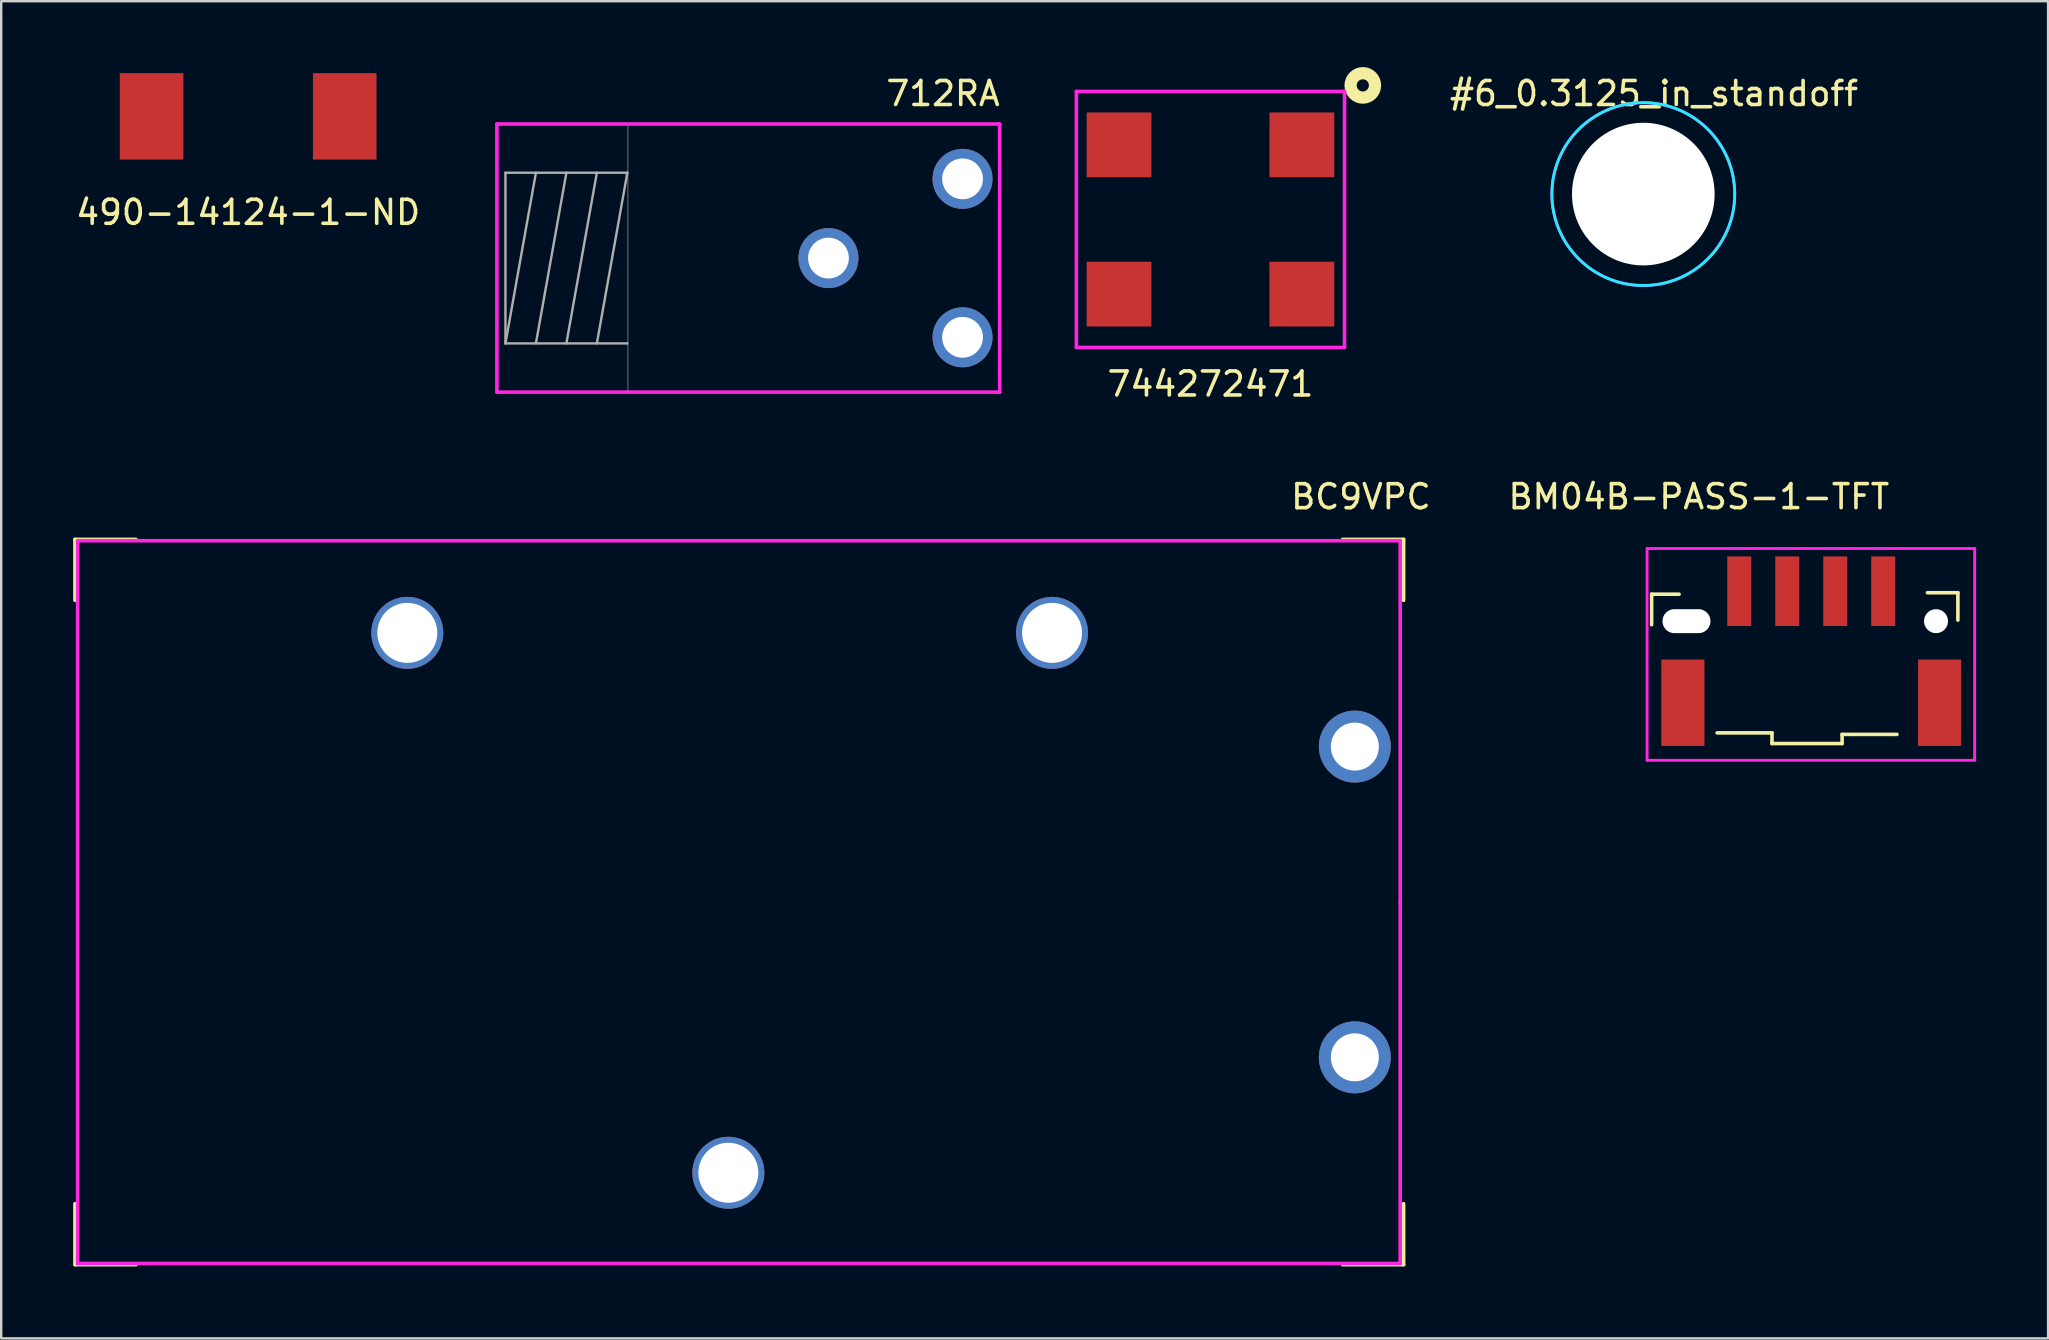
<source format=kicad_pcb>
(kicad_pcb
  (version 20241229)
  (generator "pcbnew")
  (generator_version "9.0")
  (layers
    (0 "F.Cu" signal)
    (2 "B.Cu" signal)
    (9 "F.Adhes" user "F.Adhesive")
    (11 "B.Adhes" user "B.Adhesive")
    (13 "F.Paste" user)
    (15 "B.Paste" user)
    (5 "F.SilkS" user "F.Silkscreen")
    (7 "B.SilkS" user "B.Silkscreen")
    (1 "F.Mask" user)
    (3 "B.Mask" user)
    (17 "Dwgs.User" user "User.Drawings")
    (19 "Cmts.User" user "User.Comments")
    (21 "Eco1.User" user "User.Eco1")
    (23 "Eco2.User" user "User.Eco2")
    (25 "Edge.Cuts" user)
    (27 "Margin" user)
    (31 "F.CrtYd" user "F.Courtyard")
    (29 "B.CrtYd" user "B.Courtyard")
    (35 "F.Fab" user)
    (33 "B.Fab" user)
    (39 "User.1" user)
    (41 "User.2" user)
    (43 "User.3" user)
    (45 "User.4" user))
  (footprint "712RA"
    (layer "F.Cu")
    (at 31.477 7.706)
    (property "Reference" "712RA" (at 4.775 -6.858 0) (layer "F.SilkS") (effects (font (size 1 1) (thickness 0.15))))
    (attr through_hole)
    (fp_line (start -13.818 -5.588) (end -13.818 5.588) (stroke (width 0.152) (type solid)) (layer "F.CrtYd"))
    (fp_line (start -13.818 -5.588) (end 7.137 -5.588) (stroke (width 0.15) (type solid)) (layer "F.CrtYd"))
    (fp_line (start -13.818 5.588) (end 7.137 5.588) (stroke (width 0.15) (type solid)) (layer "F.CrtYd"))
    (fp_line (start 7.137 -5.588) (end 7.137 5.588) (stroke (width 0.152) (type solid)) (layer "F.CrtYd"))
    (fp_line (start -13.462 -3.556) (end -8.382 -3.556) (stroke (width 0.1) (type solid)) (layer "F.Fab"))
    (fp_line (start -13.462 3.556) (end -13.462 -3.556) (stroke (width 0.1) (type solid)) (layer "F.Fab"))
    (fp_line (start -12.192 -3.556) (end -13.462 3.556) (stroke (width 0.1) (type solid)) (layer "F.Fab"))
    (fp_line (start -10.922 -3.556) (end -12.192 3.556) (stroke (width 0.1) (type solid)) (layer "F.Fab"))
    (fp_line (start -9.652 -3.556) (end -10.922 3.556) (stroke (width 0.1) (type solid)) (layer "F.Fab"))
    (fp_line (start -8.382 -3.556) (end -9.652 3.556) (stroke (width 0.1) (type solid)) (layer "F.Fab"))
    (fp_line (start -8.382 3.556) (end -13.462 3.556) (stroke (width 0.1) (type solid)) (layer "F.Fab"))
    (fp_line (start -8.357 -5.588) (end -8.357 5.588) (stroke (width 0.025) (type solid)) (layer "F.Fab"))
    (pad "1" thru_hole circle (at 5.588 -3.302) (size 2.5 2.5) (drill 1.7) (layers "*.Cu" "*.Mask"))
    (pad "2" thru_hole circle (at 0 0) (size 2.5 2.5) (drill 1.7) (layers "*.Cu" "*.Mask"))
    (pad "3" thru_hole circle (at 5.588 3.302) (size 2.5 2.5) (drill 1.7) (layers "*.Cu" "*.Mask")))
  (footprint "490-14124-1-ND"
    (layer "F.Cu")
    (at 7.292 1.8)
    (property "Reference" "490-14124-1-ND" (at 0 4 0) (layer "F.SilkS") (effects (font (size 1 1) (thickness 0.15))))
    (attr through_hole)
    (pad "1" smd rect (at -4.025 0) (size 2.65 3.6) (layers "F.Cu" "F.Mask" "F.Paste"))
    (pad "2" smd rect (at 4.025 0) (size 2.65 3.6) (layers "F.Cu" "F.Mask" "F.Paste")))
  (footprint "BM04B-PASS-1-TFT"
    (layer "F.Cu")
    (at 75.436 21.588)
    (property "Reference" "BM04B-PASS-1-TFT" (at -7.684 -3.937 0) (layer "F.SilkS") (effects (font (size 1 1) (thickness 0.15))))
    (attr through_hole)
    (fp_line (start -9.652 0.127) (end -8.509 0.127) (stroke (width 0.15) (type solid)) (layer "F.SilkS"))
    (fp_line (start -9.652 1.397) (end -9.652 0.127) (stroke (width 0.15) (type solid)) (layer "F.SilkS"))
    (fp_line (start -6.921 5.905) (end -4.636 5.905) (stroke (width 0.15) (type solid)) (layer "F.SilkS"))
    (fp_line (start -4.636 5.905) (end -4.636 6.35) (stroke (width 0.15) (type solid)) (layer "F.SilkS"))
    (fp_line (start -4.636 6.35) (end -1.714 6.35) (stroke (width 0.15) (type solid)) (layer "F.SilkS"))
    (fp_line (start -1.714 6.35) (end -1.714 5.969) (stroke (width 0.15) (type solid)) (layer "F.SilkS"))
    (fp_line (start 0.572 5.969) (end -1.714 5.969) (stroke (width 0.15) (type solid)) (layer "F.SilkS"))
    (fp_line (start 1.841 0.064) (end 3.111 0.064) (stroke (width 0.15) (type solid)) (layer "F.SilkS"))
    (fp_line (start 3.111 0.064) (end 3.111 1.206) (stroke (width 0.15) (type solid)) (layer "F.SilkS"))
    (fp_line (start -9.842 -1.778) (end -9.842 7.048) (stroke (width 0.12) (type solid)) (layer "F.CrtYd"))
    (fp_line (start -9.842 7.048) (end 3.81 7.048) (stroke (width 0.12) (type solid)) (layer "F.CrtYd"))
    (fp_line (start 3.81 -1.778) (end -9.842 -1.778) (stroke (width 0.12) (type solid)) (layer "F.CrtYd"))
    (fp_line (start 3.81 6.921) (end 3.81 -1.778) (stroke (width 0.12) (type solid)) (layer "F.CrtYd"))
    (fp_line (start 3.81 7.048) (end 3.81 6.921) (stroke (width 0.12) (type solid)) (layer "F.CrtYd"))
    (pad "" smd rect (at -8.35 4.65) (size 1.8 3.6) (layers "F.Cu" "F.Mask" "F.Paste"))
    (pad "" np_thru_hole oval (at -8.2 1.25) (size 2 1) (drill oval 2 1) (layers "*.Cu" "*.Mask"))
    (pad "" np_thru_hole circle (at 2.2 1.25) (size 1 1) (drill 1) (layers "*.Cu" "*.Mask"))
    (pad "" smd rect (at 2.35 4.65) (size 1.8 3.6) (layers "F.Cu" "F.Mask" "F.Paste"))
    (pad "1" smd rect (at -6 0) (size 1 2.9) (layers "F.Cu" "F.Mask" "F.Paste"))
    (pad "2" smd rect (at -4 0) (size 1 2.9) (layers "F.Cu" "F.Mask" "F.Paste"))
    (pad "3" smd rect (at -2 0) (size 1 2.9) (layers "F.Cu" "F.Mask" "F.Paste"))
    (pad "4" smd rect (at 0 0) (size 1 2.9) (layers "F.Cu" "F.Mask" "F.Paste")))
  (footprint "744272471"
    (layer "F.Cu")
    (at 47.397 6.097)
    (property "Reference" "744272471" (at 0 6.858 0) (layer "F.SilkS") (effects (font (size 1 1) (thickness 0.15))))
    (attr through_hole)
    (fp_circle (center 6.35 -5.588) (end 6.604 -5.588) (stroke (width 0.51) (type solid)) (fill no) (layer "F.SilkS"))
    (fp_line (start -5.588 -5.334) (end 5.588 -5.334) (stroke (width 0.15) (type solid)) (layer "F.CrtYd"))
    (fp_line (start -5.588 5.334) (end -5.588 -5.334) (stroke (width 0.15) (type solid)) (layer "F.CrtYd"))
    (fp_line (start 5.588 -5.334) (end 5.588 5.334) (stroke (width 0.15) (type solid)) (layer "F.CrtYd"))
    (fp_line (start 5.588 5.334) (end -5.588 5.334) (stroke (width 0.15) (type solid)) (layer "F.CrtYd"))
    (pad "1" smd rect (at 3.81 -3.11) (size 2.7 2.7) (layers "F.Cu" "F.Mask" "F.Paste"))
    (pad "2" smd rect (at -3.81 -3.11) (size 2.7 2.7) (layers "F.Cu" "F.Mask" "F.Paste"))
    (pad "3" smd rect (at -3.81 3.11) (size 2.7 2.7) (layers "F.Cu" "F.Mask" "F.Paste"))
    (pad "4" smd rect (at 3.81 3.11) (size 2.7 2.7) (layers "F.Cu" "F.Mask" "F.Paste")))
  (footprint "#6_0.3125_in_standoff"
    (layer "F.Cu")
    (at 65.437 5.039)
    (property "Reference" "#6_0.3125_in_standoff" (at 0.445 -4.191 0) (layer "F.SilkS") (effects (font (size 1 1) (thickness 0.15))))
    (attr through_hole)
    (fp_circle (center 0 0) (end -3.81 0.064) (stroke (width 0.12) (type solid)) (fill no) (layer "B.CrtYd"))
    (fp_circle (center 0 0) (end 3.811 0) (stroke (width 0.12) (type solid)) (fill no) (layer "F.CrtYd"))
    (pad "" np_thru_hole circle (at 0 0) (size 5.944 5.944) (drill 5.944) (layers "*.Cu" "*.Mask")))
  (footprint "BC9VPC"
    (layer "F.Cu")
    (at 53.415 28.066)
    (property "Reference" "BC9VPC" (at 0.254 -10.414 0) (layer "F.SilkS") (effects (font (size 1 1) (thickness 0.15))))
    (attr through_hole)
    (fp_line (start -53.34 -8.636) (end -53.34 -6.096) (stroke (width 0.15) (type solid)) (layer "F.SilkS"))
    (fp_line (start -53.34 -8.636) (end -50.8 -8.636) (stroke (width 0.15) (type solid)) (layer "F.SilkS"))
    (fp_line (start -53.34 19.05) (end -53.34 21.59) (stroke (width 0.15) (type solid)) (layer "F.SilkS"))
    (fp_line (start -53.34 21.59) (end -50.8 21.59) (stroke (width 0.15) (type solid)) (layer "F.SilkS"))
    (fp_line (start -0.508 21.59) (end 2.032 21.59) (stroke (width 0.15) (type solid)) (layer "F.SilkS"))
    (fp_line (start 2.032 -8.636) (end -0.508 -8.636) (stroke (width 0.15) (type solid)) (layer "F.SilkS"))
    (fp_line (start 2.032 -8.636) (end 2.032 -6.096) (stroke (width 0.15) (type solid)) (layer "F.SilkS"))
    (fp_line (start 2.032 21.59) (end 2.032 19.05) (stroke (width 0.15) (type solid)) (layer "F.SilkS"))
    (fp_line (start -53.23 -8.58) (end -53.23 21.54) (stroke (width 0.15) (type solid)) (layer "F.CrtYd"))
    (fp_line (start -53.23 21.54) (end 1.89 21.54) (stroke (width 0.15) (type solid)) (layer "F.CrtYd"))
    (fp_line (start 1.89 -8.58) (end -53.23 -8.58) (stroke (width 0.15) (type solid)) (layer "F.CrtYd"))
    (fp_line (start 1.89 6.48) (end 1.89 -8.58) (stroke (width 0.15) (type solid)) (layer "F.CrtYd"))
    (fp_line (start 1.89 21.54) (end 1.89 6.48) (stroke (width 0.15) (type solid)) (layer "F.CrtYd"))
    (pad "" np_thru_hole circle (at -39.49 -4.74) (size 3 3) (drill 2.5) (layers "*.Cu" "*.Mask"))
    (pad "" np_thru_hole circle (at -26.11 17.76) (size 3 3) (drill 2.5) (layers "*.Cu" "*.Mask"))
    (pad "" np_thru_hole circle (at -12.62 -4.74) (size 3 3) (drill 2.5) (layers "*.Cu" "*.Mask"))
    (pad "1" thru_hole circle (at 0 0) (size 3 3) (drill 2) (layers "*.Cu" "*.Mask"))
    (pad "2" thru_hole circle (at 0 12.95) (size 3 3) (drill 2) (layers "*.Cu" "*.Mask")))
  (gr_rect
    (start -3 -3)
    (end 82.306 52.73)
    (stroke (width 0.1) (type default))
    (fill no)
    (layer "Edge.Cuts")))
</source>
